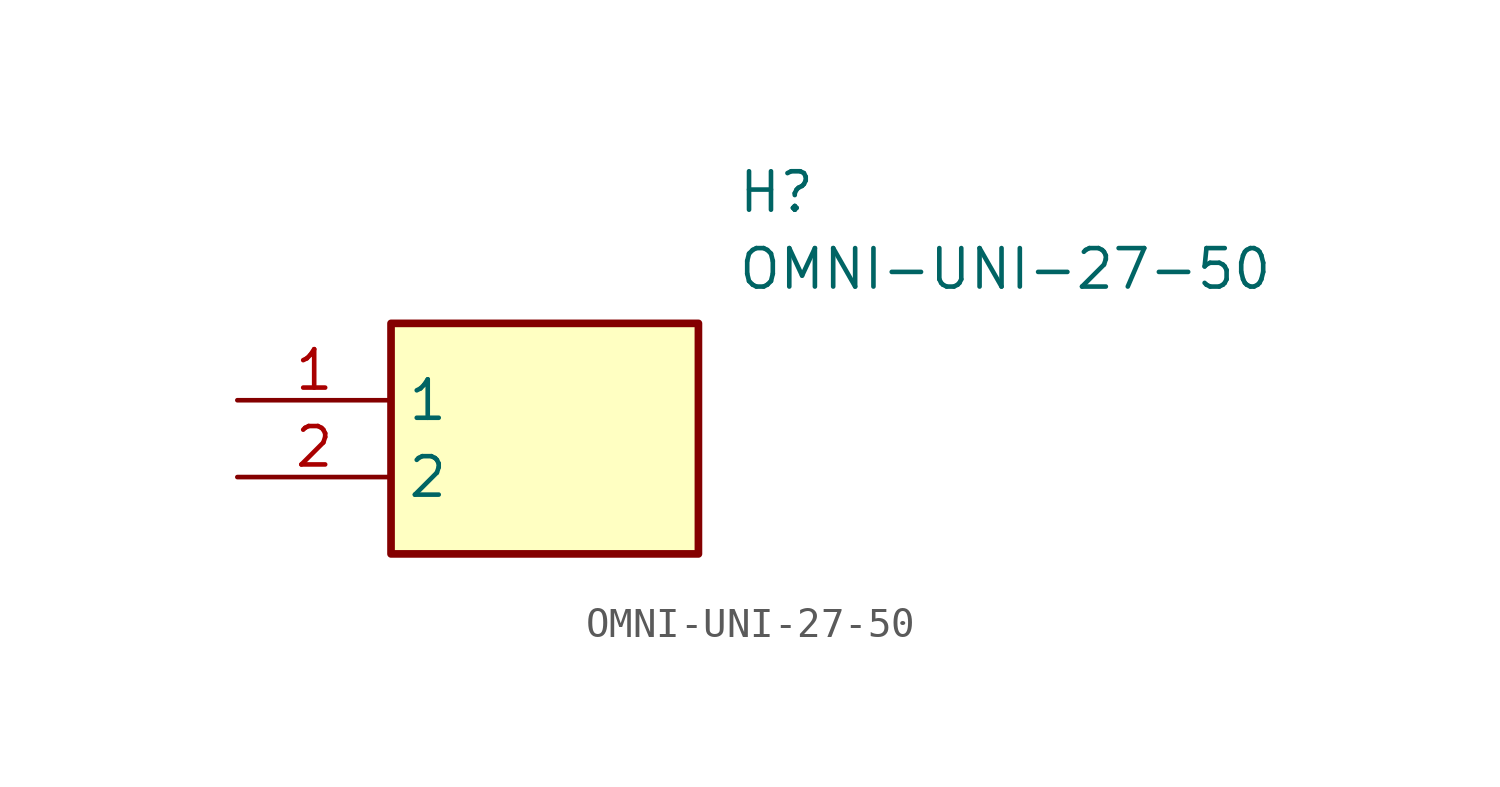
<source format=kicad_sym>
(kicad_symbol_lib
  (version 20211014)
  (generator SamacSys_ECAD_Model)
  (symbol "OMNI-UNI-27-50"
    (property "Reference" "H"
      (at 16.51 7.62 0)
      (effects (font (size 1.27 1.27)) (justify left top)))
    (property "Value" "OMNI-UNI-27-50"
      (at 16.51 5.08 0)
      (effects (font (size 1.27 1.27)) (justify left top)))
    (rectangle
      (start 5.08 2.54)
      (end 15.24 -5.08)
      (stroke (width 0.254) (type default))
      (fill (type background)))
    (pin passive line
      (at 0 0 0)
      (length 5.08)
      (name "1" (effects (font (size 1.27 1.27))))
      (number "1" (effects (font (size 1.27 1.27)))))
    (pin passive line
      (at 0 -2.54 0)
      (length 5.08)
      (name "2" (effects (font (size 1.27 1.27))))
      (number "2" (effects (font (size 1.27 1.27)))))))
</source>
